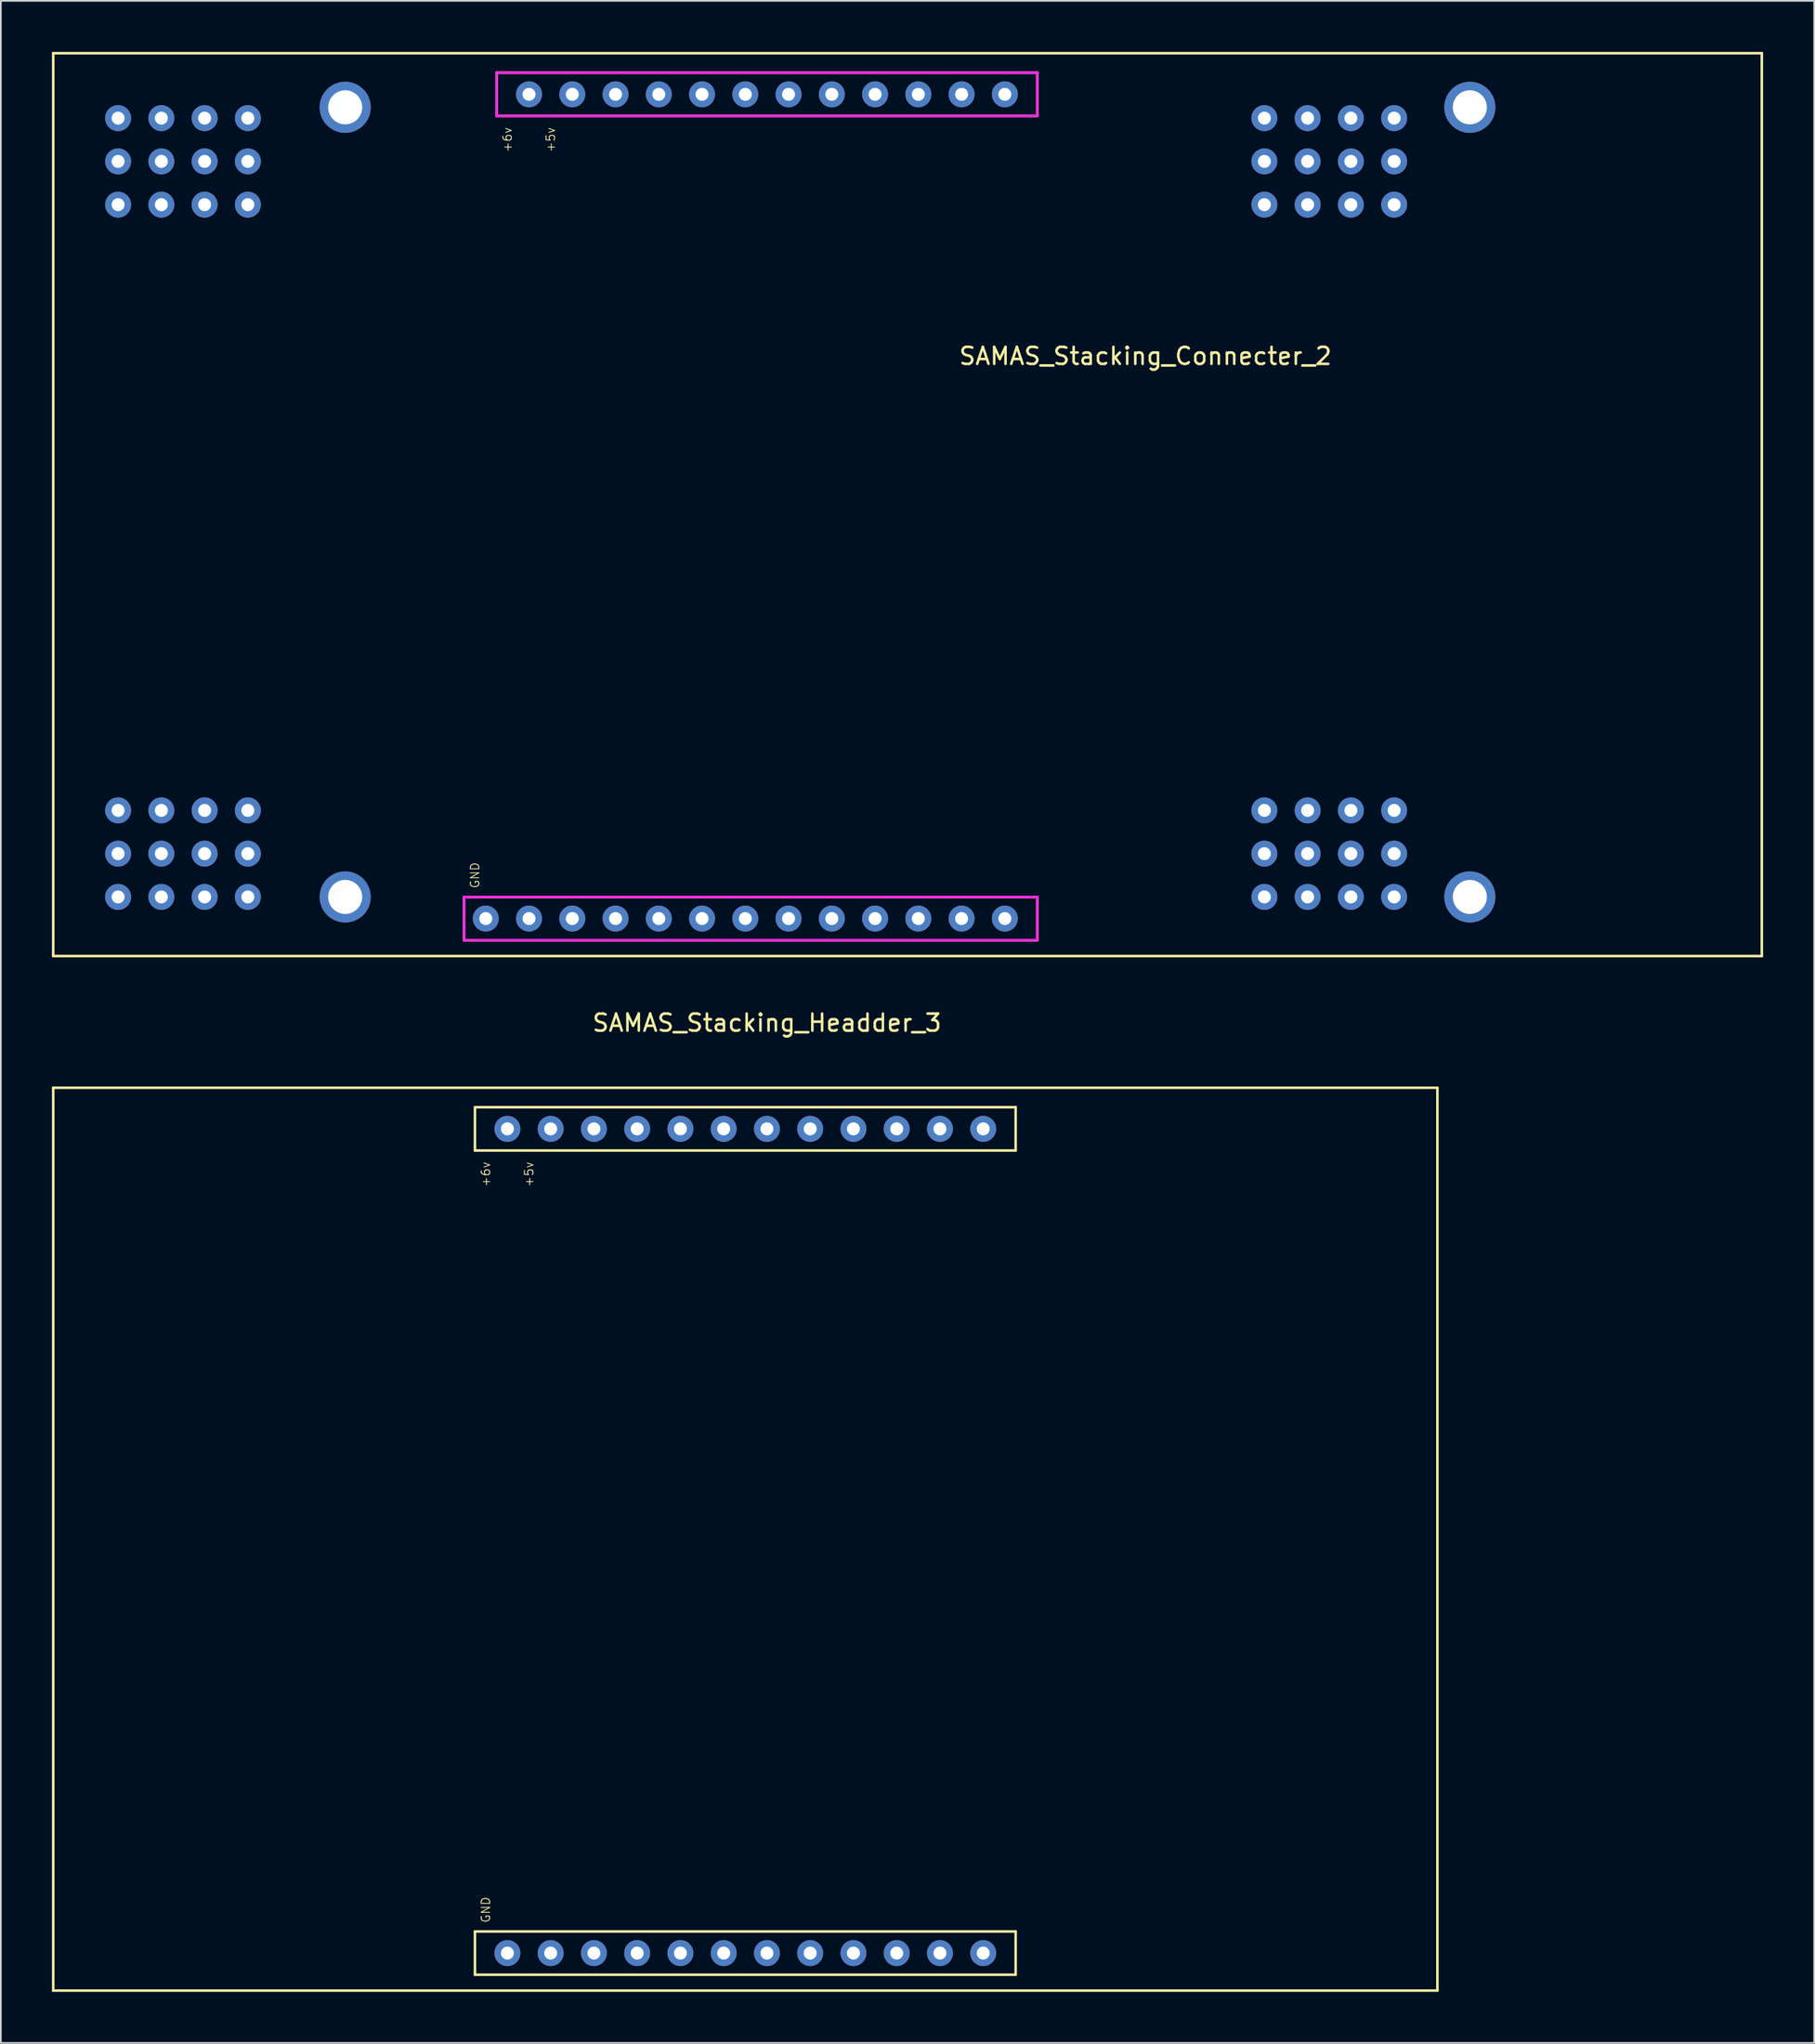
<source format=kicad_pcb>
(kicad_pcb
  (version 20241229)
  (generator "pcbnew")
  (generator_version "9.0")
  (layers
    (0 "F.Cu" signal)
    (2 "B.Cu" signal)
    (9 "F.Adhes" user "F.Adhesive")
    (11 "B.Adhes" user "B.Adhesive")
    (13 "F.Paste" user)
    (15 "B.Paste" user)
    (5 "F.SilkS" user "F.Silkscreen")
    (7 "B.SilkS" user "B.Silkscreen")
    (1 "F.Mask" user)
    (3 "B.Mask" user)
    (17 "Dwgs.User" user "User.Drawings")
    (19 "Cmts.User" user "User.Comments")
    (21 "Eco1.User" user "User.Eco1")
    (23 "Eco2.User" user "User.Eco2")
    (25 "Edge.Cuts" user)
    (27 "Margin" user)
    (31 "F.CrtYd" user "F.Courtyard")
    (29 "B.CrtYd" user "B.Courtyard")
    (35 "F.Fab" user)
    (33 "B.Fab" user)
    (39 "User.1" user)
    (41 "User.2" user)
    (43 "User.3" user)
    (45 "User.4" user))
  (footprint "SAMAS_Stacking_Connecter_2"
    (layer "F.Cu")
    (at 41.985 29.285)
    (property "Reference" "SAMAS_Stacking_Connecter_2" (at 22.225 -11.43 0) (layer "F.SilkS") (effects (font (size 1 1) (thickness 0.15))))
    (attr through_hole)
    (fp_line (start -41.91 -29.21) (end -41.91 23.79) (stroke (width 0.15) (type solid)) (layer "F.SilkS"))
    (fp_line (start -41.91 -29.21) (end 58.42 -29.21) (stroke (width 0.15) (type solid)) (layer "F.SilkS"))
    (fp_line (start -41.91 23.79) (end 58.42 23.79) (stroke (width 0.15) (type solid)) (layer "F.SilkS"))
    (fp_line (start -17.78 20.32) (end -17.78 22.86) (stroke (width 0.15) (type solid)) (layer "F.SilkS"))
    (fp_line (start -17.78 22.86) (end 15.875 22.86) (stroke (width 0.15) (type solid)) (layer "F.SilkS"))
    (fp_line (start -15.875 -28.067) (end -15.875 -25.527) (stroke (width 0.15) (type solid)) (layer "F.SilkS"))
    (fp_line (start -15.875 -25.527) (end 15.875 -25.527) (stroke (width 0.15) (type solid)) (layer "F.SilkS"))
    (fp_line (start 15.875 -28.067) (end -15.875 -28.067) (stroke (width 0.15) (type solid)) (layer "F.SilkS"))
    (fp_line (start 15.875 -25.527) (end 15.875 -28.067) (stroke (width 0.15) (type solid)) (layer "F.SilkS"))
    (fp_line (start 15.875 20.32) (end -17.78 20.32) (stroke (width 0.15) (type solid)) (layer "F.SilkS"))
    (fp_line (start 15.875 22.86) (end 15.875 20.32) (stroke (width 0.15) (type solid)) (layer "F.SilkS"))
    (fp_line (start 58.42 -29.21) (end 58.42 23.79) (stroke (width 0.15) (type solid)) (layer "F.SilkS"))
    (fp_line (start -17.78 20.32) (end 15.875 20.32) (stroke (width 0.15) (type solid)) (layer "F.CrtYd"))
    (fp_line (start -17.78 22.86) (end -17.78 20.32) (stroke (width 0.15) (type solid)) (layer "F.CrtYd"))
    (fp_line (start -15.875 -28.067) (end -15.875 -25.527) (stroke (width 0.15) (type solid)) (layer "F.CrtYd"))
    (fp_line (start -15.875 -25.527) (end 15.875 -25.527) (stroke (width 0.15) (type solid)) (layer "F.CrtYd"))
    (fp_line (start 15.875 -28.067) (end -15.875 -28.067) (stroke (width 0.15) (type solid)) (layer "F.CrtYd"))
    (fp_line (start 15.875 -25.527) (end 15.875 -28.067) (stroke (width 0.15) (type solid)) (layer "F.CrtYd"))
    (fp_line (start 15.875 20.32) (end 15.875 22.86) (stroke (width 0.15) (type solid)) (layer "F.CrtYd"))
    (fp_line (start 15.875 22.86) (end -17.78 22.86) (stroke (width 0.15) (type solid)) (layer "F.CrtYd"))
    (fp_text user "GND" (at -17.145 19.05 90) (layer "F.SilkS") (effects (font (size 0.5 0.5) (thickness 0.05))))
    (fp_text user "+6v" (at -15.24 -24.13 270) (layer "F.SilkS") (effects (font (size 0.5 0.5) (thickness 0.05))))
    (fp_text user "+5v" (at -12.7 -24.13 270) (layer "F.SilkS") (effects (font (size 0.5 0.5) (thickness 0.05))))
    (pad "" thru_hole circle (at -24.765 -26.035) (size 3 3) (drill 2) (layers "*.Cu" "*.Mask"))
    (pad "" thru_hole circle (at -24.765 20.32) (size 3 3) (drill 2) (layers "*.Cu" "*.Mask"))
    (pad "" thru_hole circle (at 41.275 -26.035) (size 3 3) (drill 2) (layers "*.Cu" "*.Mask"))
    (pad "" thru_hole circle (at 41.275 20.32) (size 3 3) (drill 2) (layers "*.Cu" "*.Mask"))
    (pad "1" thru_hole circle (at -13.97 -26.797) (size 1.524 1.524) (drill 0.762) (layers "*.Cu" "*.Mask"))
    (pad "2" thru_hole circle (at -11.43 -26.797) (size 1.524 1.524) (drill 0.762) (layers "*.Cu" "*.Mask"))
    (pad "3" thru_hole circle (at -8.89 -26.797) (size 1.524 1.524) (drill 0.762) (layers "*.Cu" "*.Mask"))
    (pad "4" thru_hole circle (at -6.35 -26.797) (size 1.524 1.524) (drill 0.762) (layers "*.Cu" "*.Mask"))
    (pad "5" thru_hole circle (at -3.81 -26.797) (size 1.524 1.524) (drill 0.762) (layers "*.Cu" "*.Mask"))
    (pad "6" thru_hole circle (at -1.27 -26.797) (size 1.524 1.524) (drill 0.762) (layers "*.Cu" "*.Mask"))
    (pad "7" thru_hole circle (at 1.27 -26.797) (size 1.524 1.524) (drill 0.762) (layers "*.Cu" "*.Mask"))
    (pad "8" thru_hole circle (at 3.81 -26.797) (size 1.524 1.524) (drill 0.762) (layers "*.Cu" "*.Mask"))
    (pad "9" thru_hole circle (at 6.35 -26.797) (size 1.524 1.524) (drill 0.762) (layers "*.Cu" "*.Mask"))
    (pad "10" thru_hole circle (at 8.89 -26.797) (size 1.524 1.524) (drill 0.762) (layers "*.Cu" "*.Mask"))
    (pad "11" thru_hole circle (at 11.43 -26.797) (size 1.524 1.524) (drill 0.762) (layers "*.Cu" "*.Mask"))
    (pad "12" thru_hole circle (at 13.97 -26.797) (size 1.524 1.524) (drill 0.762) (layers "*.Cu" "*.Mask"))
    (pad "13" thru_hole circle (at -16.51 21.59) (size 1.524 1.524) (drill 0.762) (layers "*.Cu" "*.Mask"))
    (pad "14" thru_hole circle (at -11.43 21.59) (size 1.524 1.524) (drill 0.762) (layers "*.Cu" "*.Mask"))
    (pad "15" thru_hole circle (at -8.89 21.59) (size 1.524 1.524) (drill 0.762) (layers "*.Cu" "*.Mask"))
    (pad "16" thru_hole circle (at -6.35 21.59) (size 1.524 1.524) (drill 0.762) (layers "*.Cu" "*.Mask"))
    (pad "17" thru_hole circle (at -3.81 21.59) (size 1.524 1.524) (drill 0.762) (layers "*.Cu" "*.Mask"))
    (pad "18" thru_hole circle (at -1.27 21.59) (size 1.524 1.524) (drill 0.762) (layers "*.Cu" "*.Mask"))
    (pad "19" thru_hole circle (at 1.27 21.59) (size 1.524 1.524) (drill 0.762) (layers "*.Cu" "*.Mask"))
    (pad "20" thru_hole circle (at 3.81 21.59) (size 1.524 1.524) (drill 0.762) (layers "*.Cu" "*.Mask"))
    (pad "21" thru_hole circle (at 6.35 21.59) (size 1.524 1.524) (drill 0.762) (layers "*.Cu" "*.Mask"))
    (pad "22" thru_hole circle (at 8.89 21.59) (size 1.524 1.524) (drill 0.762) (layers "*.Cu" "*.Mask"))
    (pad "23" thru_hole circle (at 11.43 21.59) (size 1.524 1.524) (drill 0.762) (layers "*.Cu" "*.Mask"))
    (pad "24" thru_hole circle (at 13.97 21.59) (size 1.524 1.524) (drill 0.762) (layers "*.Cu" "*.Mask"))
    (pad "25" thru_hole circle (at -38.1 -25.4) (size 1.524 1.524) (drill 0.762) (layers "*.Cu" "*.Mask"))
    (pad "26" thru_hole circle (at -35.56 -25.4) (size 1.524 1.524) (drill 0.762) (layers "*.Cu" "*.Mask"))
    (pad "27" thru_hole circle (at -33.02 -25.4) (size 1.524 1.524) (drill 0.762) (layers "*.Cu" "*.Mask"))
    (pad "28" thru_hole circle (at -30.48 -25.4) (size 1.524 1.524) (drill 0.762) (layers "*.Cu" "*.Mask"))
    (pad "29" thru_hole circle (at -38.1 -22.86) (size 1.524 1.524) (drill 0.762) (layers "*.Cu" "*.Mask"))
    (pad "30" thru_hole circle (at -35.56 -22.86) (size 1.524 1.524) (drill 0.762) (layers "*.Cu" "*.Mask"))
    (pad "31" thru_hole circle (at -33.02 -22.86) (size 1.524 1.524) (drill 0.762) (layers "*.Cu" "*.Mask"))
    (pad "32" thru_hole circle (at -30.48 -22.86) (size 1.524 1.524) (drill 0.762) (layers "*.Cu" "*.Mask"))
    (pad "33" thru_hole circle (at -38.1 -20.32) (size 1.524 1.524) (drill 0.762) (layers "*.Cu" "*.Mask"))
    (pad "34" thru_hole circle (at -35.56 -20.32) (size 1.524 1.524) (drill 0.762) (layers "*.Cu" "*.Mask"))
    (pad "35" thru_hole circle (at -33.02 -20.32) (size 1.524 1.524) (drill 0.762) (layers "*.Cu" "*.Mask"))
    (pad "36" thru_hole circle (at -30.48 -20.32) (size 1.524 1.524) (drill 0.762) (layers "*.Cu" "*.Mask"))
    (pad "37" thru_hole circle (at -38.1 20.32) (size 1.524 1.524) (drill 0.762) (layers "*.Cu" "*.Mask"))
    (pad "38" thru_hole circle (at -35.56 20.32) (size 1.524 1.524) (drill 0.762) (layers "*.Cu" "*.Mask"))
    (pad "39" thru_hole circle (at -33.02 20.32) (size 1.524 1.524) (drill 0.762) (layers "*.Cu" "*.Mask"))
    (pad "40" thru_hole circle (at -30.48 20.32) (size 1.524 1.524) (drill 0.762) (layers "*.Cu" "*.Mask"))
    (pad "41" thru_hole circle (at -38.1 17.78) (size 1.524 1.524) (drill 0.762) (layers "*.Cu" "*.Mask"))
    (pad "42" thru_hole circle (at -35.56 17.78) (size 1.524 1.524) (drill 0.762) (layers "*.Cu" "*.Mask"))
    (pad "43" thru_hole circle (at -33.02 17.78) (size 1.524 1.524) (drill 0.762) (layers "*.Cu" "*.Mask"))
    (pad "44" thru_hole circle (at -30.48 17.78) (size 1.524 1.524) (drill 0.762) (layers "*.Cu" "*.Mask"))
    (pad "45" thru_hole circle (at -38.1 15.24) (size 1.524 1.524) (drill 0.762) (layers "*.Cu" "*.Mask"))
    (pad "46" thru_hole circle (at -35.56 15.24) (size 1.524 1.524) (drill 0.762) (layers "*.Cu" "*.Mask"))
    (pad "47" thru_hole circle (at -33.02 15.24) (size 1.524 1.524) (drill 0.762) (layers "*.Cu" "*.Mask"))
    (pad "48" thru_hole circle (at -30.48 15.24) (size 1.524 1.524) (drill 0.762) (layers "*.Cu" "*.Mask"))
    (pad "49" thru_hole circle (at 29.21 -25.4) (size 1.524 1.524) (drill 0.762) (layers "*.Cu" "*.Mask"))
    (pad "50" thru_hole circle (at 31.75 -25.4) (size 1.524 1.524) (drill 0.762) (layers "*.Cu" "*.Mask"))
    (pad "51" thru_hole circle (at 34.29 -25.4) (size 1.524 1.524) (drill 0.762) (layers "*.Cu" "*.Mask"))
    (pad "52" thru_hole circle (at 36.83 -25.4) (size 1.524 1.524) (drill 0.762) (layers "*.Cu" "*.Mask"))
    (pad "53" thru_hole circle (at 29.21 -22.86) (size 1.524 1.524) (drill 0.762) (layers "*.Cu" "*.Mask"))
    (pad "54" thru_hole circle (at 31.75 -22.86) (size 1.524 1.524) (drill 0.762) (layers "*.Cu" "*.Mask"))
    (pad "55" thru_hole circle (at 34.29 -22.86) (size 1.524 1.524) (drill 0.762) (layers "*.Cu" "*.Mask"))
    (pad "56" thru_hole circle (at 36.83 -22.86) (size 1.524 1.524) (drill 0.762) (layers "*.Cu" "*.Mask"))
    (pad "57" thru_hole circle (at 29.21 -20.32) (size 1.524 1.524) (drill 0.762) (layers "*.Cu" "*.Mask"))
    (pad "58" thru_hole circle (at 31.75 -20.32) (size 1.524 1.524) (drill 0.762) (layers "*.Cu" "*.Mask"))
    (pad "59" thru_hole circle (at 34.29 -20.32) (size 1.524 1.524) (drill 0.762) (layers "*.Cu" "*.Mask"))
    (pad "60" thru_hole circle (at 36.83 -20.32) (size 1.524 1.524) (drill 0.762) (layers "*.Cu" "*.Mask"))
    (pad "61" thru_hole circle (at 29.21 20.32) (size 1.524 1.524) (drill 0.762) (layers "*.Cu" "*.Mask"))
    (pad "62" thru_hole circle (at 31.75 20.32) (size 1.524 1.524) (drill 0.762) (layers "*.Cu" "*.Mask"))
    (pad "63" thru_hole circle (at 34.29 20.32) (size 1.524 1.524) (drill 0.762) (layers "*.Cu" "*.Mask"))
    (pad "64" thru_hole circle (at 36.83 20.32) (size 1.524 1.524) (drill 0.762) (layers "*.Cu" "*.Mask"))
    (pad "65" thru_hole circle (at 29.21 17.78) (size 1.524 1.524) (drill 0.762) (layers "*.Cu" "*.Mask"))
    (pad "66" thru_hole circle (at 31.75 17.78) (size 1.524 1.524) (drill 0.762) (layers "*.Cu" "*.Mask"))
    (pad "67" thru_hole circle (at 34.29 17.78) (size 1.524 1.524) (drill 0.762) (layers "*.Cu" "*.Mask"))
    (pad "68" thru_hole circle (at 36.83 17.78) (size 1.524 1.524) (drill 0.762) (layers "*.Cu" "*.Mask"))
    (pad "69" thru_hole circle (at 29.21 15.24) (size 1.524 1.524) (drill 0.762) (layers "*.Cu" "*.Mask"))
    (pad "70" thru_hole circle (at 31.75 15.24) (size 1.524 1.524) (drill 0.762) (layers "*.Cu" "*.Mask"))
    (pad "71" thru_hole circle (at 34.29 15.24) (size 1.524 1.524) (drill 0.762) (layers "*.Cu" "*.Mask"))
    (pad "72" thru_hole circle (at 36.83 15.24) (size 1.524 1.524) (drill 0.762) (layers "*.Cu" "*.Mask"))
    (pad "73" thru_hole circle (at -13.97 21.59) (size 1.524 1.524) (drill 0.762) (layers "*.Cu" "*.Mask")))
  (footprint "SAMAS_Stacking_Headder_3"
    (layer "F.Cu")
    (at 40.715 88.748)
    (property "Reference" "SAMAS_Stacking_Headder_3" (at 1.27 -31.75 0) (layer "F.SilkS") (effects (font (size 1 1) (thickness 0.15))))
    (attr through_hole)
    (fp_line (start -40.64 -27.94) (end -40.64 25.06) (stroke (width 0.15) (type solid)) (layer "F.SilkS"))
    (fp_line (start -40.64 -27.94) (end 40.64 -27.94) (stroke (width 0.15) (type solid)) (layer "F.SilkS"))
    (fp_line (start -40.64 25.06) (end 40.64 25.06) (stroke (width 0.15) (type solid)) (layer "F.SilkS"))
    (fp_line (start -15.875 -26.797) (end -15.875 -24.257) (stroke (width 0.15) (type solid)) (layer "F.SilkS"))
    (fp_line (start -15.875 -24.257) (end 15.875 -24.257) (stroke (width 0.15) (type solid)) (layer "F.SilkS"))
    (fp_line (start -15.875 21.59) (end -15.875 24.13) (stroke (width 0.15) (type solid)) (layer "F.SilkS"))
    (fp_line (start -15.875 24.13) (end 15.875 24.13) (stroke (width 0.15) (type solid)) (layer "F.SilkS"))
    (fp_line (start 15.875 -26.797) (end -15.875 -26.797) (stroke (width 0.15) (type solid)) (layer "F.SilkS"))
    (fp_line (start 15.875 -24.257) (end 15.875 -26.797) (stroke (width 0.15) (type solid)) (layer "F.SilkS"))
    (fp_line (start 15.875 21.59) (end -15.875 21.59) (stroke (width 0.15) (type solid)) (layer "F.SilkS"))
    (fp_line (start 15.875 24.13) (end 15.875 21.59) (stroke (width 0.15) (type solid)) (layer "F.SilkS"))
    (fp_line (start 40.64 -27.94) (end 40.64 25.06) (stroke (width 0.15) (type solid)) (layer "F.SilkS"))
    (fp_text user "+5v" (at -12.7 -22.86 270) (layer "F.SilkS") (effects (font (size 0.5 0.5) (thickness 0.05))))
    (fp_text user "GND" (at -15.24 20.32 90) (layer "F.SilkS") (effects (font (size 0.5 0.5) (thickness 0.05))))
    (fp_text user "+6v" (at -15.24 -22.86 270) (layer "F.SilkS") (effects (font (size 0.5 0.5) (thickness 0.05))))
    (pad "1" thru_hole circle (at -13.97 -25.527) (size 1.524 1.524) (drill 0.762) (layers "*.Cu" "*.Mask"))
    (pad "2" thru_hole circle (at -11.43 -25.527) (size 1.524 1.524) (drill 0.762) (layers "*.Cu" "*.Mask"))
    (pad "3" thru_hole circle (at -8.89 -25.527) (size 1.524 1.524) (drill 0.762) (layers "*.Cu" "*.Mask"))
    (pad "4" thru_hole circle (at -6.35 -25.527) (size 1.524 1.524) (drill 0.762) (layers "*.Cu" "*.Mask"))
    (pad "5" thru_hole circle (at -3.81 -25.527) (size 1.524 1.524) (drill 0.762) (layers "*.Cu" "*.Mask"))
    (pad "6" thru_hole circle (at -1.27 -25.527) (size 1.524 1.524) (drill 0.762) (layers "*.Cu" "*.Mask"))
    (pad "7" thru_hole circle (at 1.27 -25.527) (size 1.524 1.524) (drill 0.762) (layers "*.Cu" "*.Mask"))
    (pad "8" thru_hole circle (at 3.81 -25.527) (size 1.524 1.524) (drill 0.762) (layers "*.Cu" "*.Mask"))
    (pad "9" thru_hole circle (at 6.35 -25.527) (size 1.524 1.524) (drill 0.762) (layers "*.Cu" "*.Mask"))
    (pad "10" thru_hole circle (at 8.89 -25.527) (size 1.524 1.524) (drill 0.762) (layers "*.Cu" "*.Mask"))
    (pad "11" thru_hole circle (at 11.43 -25.527) (size 1.524 1.524) (drill 0.762) (layers "*.Cu" "*.Mask"))
    (pad "12" thru_hole circle (at 13.97 -25.527) (size 1.524 1.524) (drill 0.762) (layers "*.Cu" "*.Mask"))
    (pad "13" thru_hole circle (at -13.97 22.86) (size 1.524 1.524) (drill 0.762) (layers "*.Cu" "*.Mask"))
    (pad "14" thru_hole circle (at -11.43 22.86) (size 1.524 1.524) (drill 0.762) (layers "*.Cu" "*.Mask"))
    (pad "15" thru_hole circle (at -8.89 22.86) (size 1.524 1.524) (drill 0.762) (layers "*.Cu" "*.Mask"))
    (pad "16" thru_hole circle (at -6.35 22.86) (size 1.524 1.524) (drill 0.762) (layers "*.Cu" "*.Mask"))
    (pad "17" thru_hole circle (at -3.81 22.86) (size 1.524 1.524) (drill 0.762) (layers "*.Cu" "*.Mask"))
    (pad "18" thru_hole circle (at -1.27 22.86) (size 1.524 1.524) (drill 0.762) (layers "*.Cu" "*.Mask"))
    (pad "19" thru_hole circle (at 1.27 22.86) (size 1.524 1.524) (drill 0.762) (layers "*.Cu" "*.Mask"))
    (pad "20" thru_hole circle (at 3.81 22.86) (size 1.524 1.524) (drill 0.762) (layers "*.Cu" "*.Mask"))
    (pad "21" thru_hole circle (at 6.35 22.86) (size 1.524 1.524) (drill 0.762) (layers "*.Cu" "*.Mask"))
    (pad "22" thru_hole circle (at 8.89 22.86) (size 1.524 1.524) (drill 0.762) (layers "*.Cu" "*.Mask"))
    (pad "23" thru_hole circle (at 11.43 22.86) (size 1.524 1.524) (drill 0.762) (layers "*.Cu" "*.Mask"))
    (pad "24" thru_hole circle (at 13.97 22.86) (size 1.524 1.524) (drill 0.762) (layers "*.Cu" "*.Mask")))
  (gr_rect
    (start -3 -3)
    (end 103.48 116.883)
    (stroke (width 0.1) (type default))
    (fill no)
    (layer "Edge.Cuts")))
</source>
